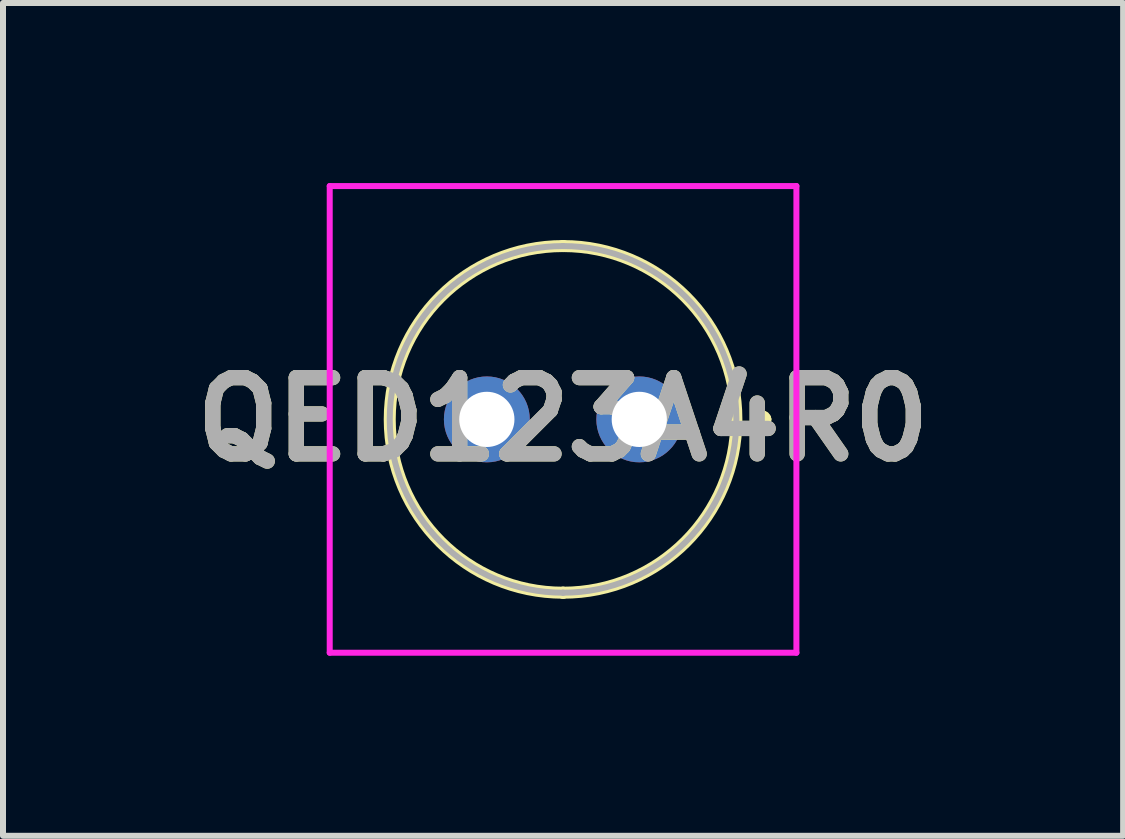
<source format=kicad_pcb>
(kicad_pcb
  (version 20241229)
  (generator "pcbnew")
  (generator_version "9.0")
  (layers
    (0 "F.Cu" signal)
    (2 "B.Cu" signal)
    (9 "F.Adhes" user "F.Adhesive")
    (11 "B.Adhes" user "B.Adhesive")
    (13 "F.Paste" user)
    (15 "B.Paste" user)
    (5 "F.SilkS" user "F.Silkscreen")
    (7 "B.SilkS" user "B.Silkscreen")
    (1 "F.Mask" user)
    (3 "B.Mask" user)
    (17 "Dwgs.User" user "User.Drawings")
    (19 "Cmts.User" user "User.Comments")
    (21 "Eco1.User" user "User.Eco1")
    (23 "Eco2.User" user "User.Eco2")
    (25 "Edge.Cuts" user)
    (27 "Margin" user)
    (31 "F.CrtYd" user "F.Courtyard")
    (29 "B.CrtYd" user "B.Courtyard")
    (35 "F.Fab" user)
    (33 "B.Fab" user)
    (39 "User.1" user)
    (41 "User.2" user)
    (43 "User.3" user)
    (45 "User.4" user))
  (footprint "QED123A4R0"
    (layer "F.Cu")
    (at 7.602 3.938)
    (property "Reference" "QED123A4R0" (at -1.27 0 0) (layer "F.SilkS") (effects (font (size 1.27 1.27) (thickness 0.254))))
    (attr through_hole)
    (fp_line (start -1.27 -2.888) (end -1.27 -2.888) (stroke (width 0.2) (type solid)) (layer "F.SilkS"))
    (fp_line (start -1.27 2.888) (end -1.27 2.888) (stroke (width 0.2) (type solid)) (layer "F.SilkS"))
    (fp_line (start 2 0) (end 2 0) (stroke (width 0.2) (type solid)) (layer "F.SilkS"))
    (fp_line (start 2.1 0) (end 2.1 0) (stroke (width 0.2) (type solid)) (layer "F.SilkS"))
    (fp_arc (start -1.27 -2.888) (mid 1.618 0) (end -1.27 2.888) (stroke (width 0.2) (type solid)) (layer "F.SilkS"))
    (fp_arc (start -1.27 2.888) (mid -4.158 0) (end -1.27 -2.888) (stroke (width 0.2) (type solid)) (layer "F.SilkS"))
    (fp_arc (start 2 0) (mid 2.05 -0.05) (end 2.1 0) (stroke (width 0.2) (type solid)) (layer "F.SilkS"))
    (fp_arc (start 2.1 0) (mid 2.05 0.05) (end 2 0) (stroke (width 0.2) (type solid)) (layer "F.SilkS"))
    (fp_line (start -5.158 -3.888) (end 2.618 -3.888) (stroke (width 0.1) (type solid)) (layer "F.CrtYd"))
    (fp_line (start -5.158 3.888) (end -5.158 -3.888) (stroke (width 0.1) (type solid)) (layer "F.CrtYd"))
    (fp_line (start 2.618 -3.888) (end 2.618 3.888) (stroke (width 0.1) (type solid)) (layer "F.CrtYd"))
    (fp_line (start 2.618 3.888) (end -5.158 3.888) (stroke (width 0.1) (type solid)) (layer "F.CrtYd"))
    (fp_line (start -1.27 -2.888) (end -1.27 -2.888) (stroke (width 0.1) (type solid)) (layer "F.Fab"))
    (fp_line (start -1.27 2.888) (end -1.27 2.888) (stroke (width 0.1) (type solid)) (layer "F.Fab"))
    (fp_arc (start -1.27 -2.888) (mid 1.618 0) (end -1.27 2.888) (stroke (width 0.1) (type solid)) (layer "F.Fab"))
    (fp_arc (start -1.27 2.888) (mid -4.158 0) (end -1.27 -2.888) (stroke (width 0.1) (type solid)) (layer "F.Fab"))
    (fp_text user "${REFERENCE}" (at -1.27 0 0) (layer "F.Fab") (effects (font (size 1.27 1.27) (thickness 0.254))))
    (pad "1" thru_hole circle (at 0 0) (size 1.431 1.431) (drill 0.92) (layers "*.Cu" "*.Mask"))
    (pad "2" thru_hole circle (at -2.54 0) (size 1.431 1.431) (drill 0.92) (layers "*.Cu" "*.Mask")))
  (gr_rect
    (start -3 -3)
    (end 15.664 10.876)
    (stroke (width 0.1) (type default))
    (fill no)
    (layer "Edge.Cuts")))
</source>
